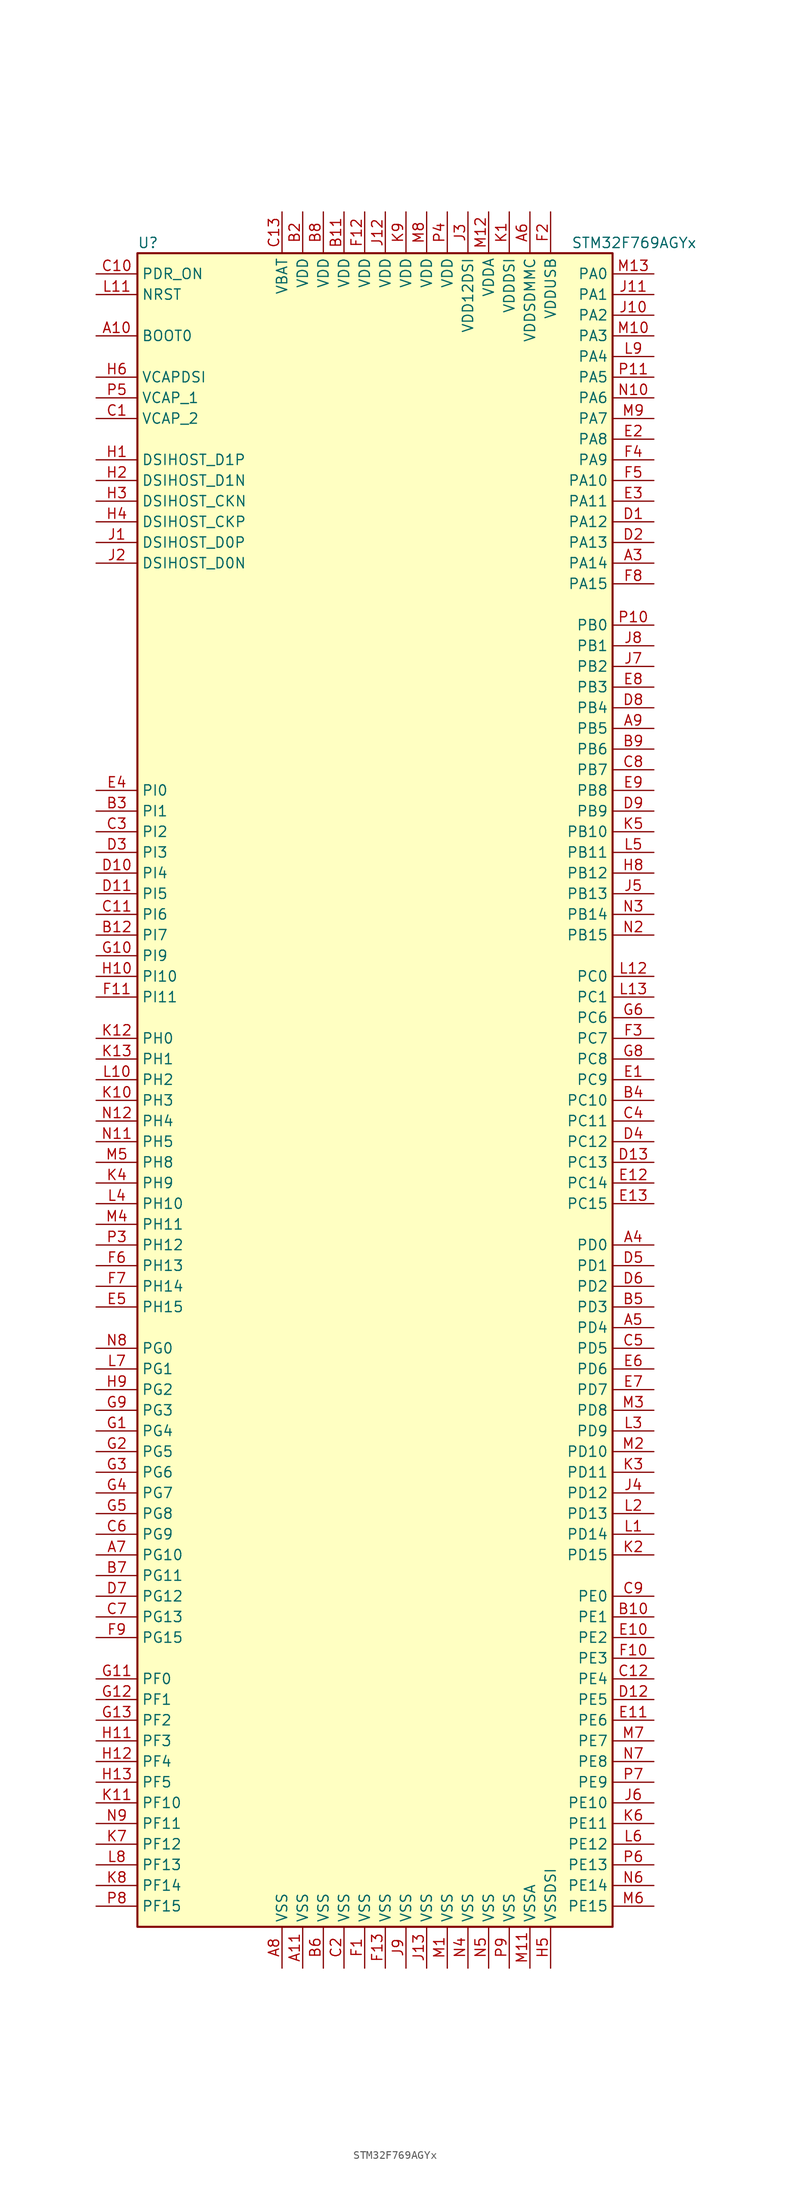
<source format=kicad_sym>
(kicad_symbol_lib
  (version 20201005)
  (generator kicad_symbol_editor)
  (symbol "STM32F769AGYx"
    (property "Reference" "U"
      (at -30.48 102.87 0)
      (effects (font (size 1.27 1.27)) (justify left)))
    (property "Value" "STM32F769AGYx"
      (at 22.86 102.87 0)
      (effects (font (size 1.27 1.27)) (justify left)))
    (symbol "STM32F769AGYx_0_1"
      (rectangle (start -30.48 -104.14) (end 27.94 101.6) (stroke (width 0.254)) (fill (type background))))
    (symbol "STM32F769AGYx_1_1"
      (pin no_connect line (at -30.48 -101.6 0) (length 5.08) hide (name "NC" (effects (font (size 1.27 1.27)))) (number "A1" (effects (font (size 1.27 1.27)))))
      (pin input line (at -35.56 91.44 0) (length 5.08) (name "BOOT0" (effects (font (size 1.27 1.27)))) (number "A10" (effects (font (size 1.27 1.27)))))
      (pin power_in line (at -10.16 -109.22 90) (length 5.08) (name "VSS" (effects (font (size 1.27 1.27)))) (number "A11" (effects (font (size 1.27 1.27)))))
      (pin no_connect line (at -30.48 -96.52 0) (length 5.08) hide (name "NC" (effects (font (size 1.27 1.27)))) (number "A12" (effects (font (size 1.27 1.27)))))
      (pin no_connect line (at -30.48 -93.98 0) (length 5.08) hide (name "NC" (effects (font (size 1.27 1.27)))) (number "A13" (effects (font (size 1.27 1.27)))))
      (pin no_connect line (at -30.48 -99.06 0) (length 5.08) hide (name "NC" (effects (font (size 1.27 1.27)))) (number "A2" (effects (font (size 1.27 1.27)))))
      (pin bidirectional line (at 33.02 63.5 180) (length 5.08) (name "PA14" (effects (font (size 1.27 1.27)))) (number "A3" (effects (font (size 1.27 1.27)))))
      (pin bidirectional line (at 33.02 -20.32 180) (length 5.08) (name "PD0" (effects (font (size 1.27 1.27)))) (number "A4" (effects (font (size 1.27 1.27)))))
      (pin bidirectional line (at 33.02 -30.48 180) (length 5.08) (name "PD4" (effects (font (size 1.27 1.27)))) (number "A5" (effects (font (size 1.27 1.27)))))
      (pin power_in line (at 17.78 106.68 270) (length 5.08) (name "VDDSDMMC" (effects (font (size 1.27 1.27)))) (number "A6" (effects (font (size 1.27 1.27)))))
      (pin bidirectional line (at -35.56 -58.42 0) (length 5.08) (name "PG10" (effects (font (size 1.27 1.27)))) (number "A7" (effects (font (size 1.27 1.27)))))
      (pin power_in line (at -12.7 -109.22 90) (length 5.08) (name "VSS" (effects (font (size 1.27 1.27)))) (number "A8" (effects (font (size 1.27 1.27)))))
      (pin bidirectional line (at 33.02 43.18 180) (length 5.08) (name "PB5" (effects (font (size 1.27 1.27)))) (number "A9" (effects (font (size 1.27 1.27)))))
      (pin no_connect line (at -30.48 -91.44 0) (length 5.08) hide (name "NC" (effects (font (size 1.27 1.27)))) (number "B1" (effects (font (size 1.27 1.27)))))
      (pin bidirectional line (at 33.02 -66.04 180) (length 5.08) (name "PE1" (effects (font (size 1.27 1.27)))) (number "B10" (effects (font (size 1.27 1.27)))))
      (pin power_in line (at -5.08 106.68 270) (length 5.08) (name "VDD" (effects (font (size 1.27 1.27)))) (number "B11" (effects (font (size 1.27 1.27)))))
      (pin bidirectional line (at -35.56 17.78 0) (length 5.08) (name "PI7" (effects (font (size 1.27 1.27)))) (number "B12" (effects (font (size 1.27 1.27)))))
      (pin no_connect line (at -30.48 -88.9 0) (length 5.08) hide (name "NC" (effects (font (size 1.27 1.27)))) (number "B13" (effects (font (size 1.27 1.27)))))
      (pin power_in line (at -10.16 106.68 270) (length 5.08) (name "VDD" (effects (font (size 1.27 1.27)))) (number "B2" (effects (font (size 1.27 1.27)))))
      (pin bidirectional line (at -35.56 33.02 0) (length 5.08) (name "PI1" (effects (font (size 1.27 1.27)))) (number "B3" (effects (font (size 1.27 1.27)))))
      (pin bidirectional line (at 33.02 -2.54 180) (length 5.08) (name "PC10" (effects (font (size 1.27 1.27)))) (number "B4" (effects (font (size 1.27 1.27)))))
      (pin bidirectional line (at 33.02 -27.94 180) (length 5.08) (name "PD3" (effects (font (size 1.27 1.27)))) (number "B5" (effects (font (size 1.27 1.27)))))
      (pin power_in line (at -7.62 -109.22 90) (length 5.08) (name "VSS" (effects (font (size 1.27 1.27)))) (number "B6" (effects (font (size 1.27 1.27)))))
      (pin bidirectional line (at -35.56 -60.96 0) (length 5.08) (name "PG11" (effects (font (size 1.27 1.27)))) (number "B7" (effects (font (size 1.27 1.27)))))
      (pin power_in line (at -7.62 106.68 270) (length 5.08) (name "VDD" (effects (font (size 1.27 1.27)))) (number "B8" (effects (font (size 1.27 1.27)))))
      (pin bidirectional line (at 33.02 40.64 180) (length 5.08) (name "PB6" (effects (font (size 1.27 1.27)))) (number "B9" (effects (font (size 1.27 1.27)))))
      (pin power_in line (at -35.56 81.28 0) (length 5.08) (name "VCAP_2" (effects (font (size 1.27 1.27)))) (number "C1" (effects (font (size 1.27 1.27)))))
      (pin input line (at -35.56 99.06 0) (length 5.08) (name "PDR_ON" (effects (font (size 1.27 1.27)))) (number "C10" (effects (font (size 1.27 1.27)))))
      (pin bidirectional line (at -35.56 20.32 0) (length 5.08) (name "PI6" (effects (font (size 1.27 1.27)))) (number "C11" (effects (font (size 1.27 1.27)))))
      (pin bidirectional line (at 33.02 -73.66 180) (length 5.08) (name "PE4" (effects (font (size 1.27 1.27)))) (number "C12" (effects (font (size 1.27 1.27)))))
      (pin power_in line (at -12.7 106.68 270) (length 5.08) (name "VBAT" (effects (font (size 1.27 1.27)))) (number "C13" (effects (font (size 1.27 1.27)))))
      (pin power_in line (at -5.08 -109.22 90) (length 5.08) (name "VSS" (effects (font (size 1.27 1.27)))) (number "C2" (effects (font (size 1.27 1.27)))))
      (pin bidirectional line (at -35.56 30.48 0) (length 5.08) (name "PI2" (effects (font (size 1.27 1.27)))) (number "C3" (effects (font (size 1.27 1.27)))))
      (pin bidirectional line (at 33.02 -5.08 180) (length 5.08) (name "PC11" (effects (font (size 1.27 1.27)))) (number "C4" (effects (font (size 1.27 1.27)))))
      (pin bidirectional line (at 33.02 -33.02 180) (length 5.08) (name "PD5" (effects (font (size 1.27 1.27)))) (number "C5" (effects (font (size 1.27 1.27)))))
      (pin bidirectional line (at -35.56 -55.88 0) (length 5.08) (name "PG9" (effects (font (size 1.27 1.27)))) (number "C6" (effects (font (size 1.27 1.27)))))
      (pin bidirectional line (at -35.56 -66.04 0) (length 5.08) (name "PG13" (effects (font (size 1.27 1.27)))) (number "C7" (effects (font (size 1.27 1.27)))))
      (pin bidirectional line (at 33.02 38.1 180) (length 5.08) (name "PB7" (effects (font (size 1.27 1.27)))) (number "C8" (effects (font (size 1.27 1.27)))))
      (pin bidirectional line (at 33.02 -63.5 180) (length 5.08) (name "PE0" (effects (font (size 1.27 1.27)))) (number "C9" (effects (font (size 1.27 1.27)))))
      (pin bidirectional line (at 33.02 68.58 180) (length 5.08) (name "PA12" (effects (font (size 1.27 1.27)))) (number "D1" (effects (font (size 1.27 1.27)))))
      (pin bidirectional line (at -35.56 25.4 0) (length 5.08) (name "PI4" (effects (font (size 1.27 1.27)))) (number "D10" (effects (font (size 1.27 1.27)))))
      (pin bidirectional line (at -35.56 22.86 0) (length 5.08) (name "PI5" (effects (font (size 1.27 1.27)))) (number "D11" (effects (font (size 1.27 1.27)))))
      (pin bidirectional line (at 33.02 -76.2 180) (length 5.08) (name "PE5" (effects (font (size 1.27 1.27)))) (number "D12" (effects (font (size 1.27 1.27)))))
      (pin bidirectional line (at 33.02 -10.16 180) (length 5.08) (name "PC13" (effects (font (size 1.27 1.27)))) (number "D13" (effects (font (size 1.27 1.27)))))
      (pin bidirectional line (at 33.02 66.04 180) (length 5.08) (name "PA13" (effects (font (size 1.27 1.27)))) (number "D2" (effects (font (size 1.27 1.27)))))
      (pin bidirectional line (at -35.56 27.94 0) (length 5.08) (name "PI3" (effects (font (size 1.27 1.27)))) (number "D3" (effects (font (size 1.27 1.27)))))
      (pin bidirectional line (at 33.02 -7.62 180) (length 5.08) (name "PC12" (effects (font (size 1.27 1.27)))) (number "D4" (effects (font (size 1.27 1.27)))))
      (pin bidirectional line (at 33.02 -22.86 180) (length 5.08) (name "PD1" (effects (font (size 1.27 1.27)))) (number "D5" (effects (font (size 1.27 1.27)))))
      (pin bidirectional line (at 33.02 -25.4 180) (length 5.08) (name "PD2" (effects (font (size 1.27 1.27)))) (number "D6" (effects (font (size 1.27 1.27)))))
      (pin bidirectional line (at -35.56 -63.5 0) (length 5.08) (name "PG12" (effects (font (size 1.27 1.27)))) (number "D7" (effects (font (size 1.27 1.27)))))
      (pin bidirectional line (at 33.02 45.72 180) (length 5.08) (name "PB4" (effects (font (size 1.27 1.27)))) (number "D8" (effects (font (size 1.27 1.27)))))
      (pin bidirectional line (at 33.02 33.02 180) (length 5.08) (name "PB9" (effects (font (size 1.27 1.27)))) (number "D9" (effects (font (size 1.27 1.27)))))
      (pin bidirectional line (at 33.02 0 180) (length 5.08) (name "PC9" (effects (font (size 1.27 1.27)))) (number "E1" (effects (font (size 1.27 1.27)))))
      (pin bidirectional line (at 33.02 -68.58 180) (length 5.08) (name "PE2" (effects (font (size 1.27 1.27)))) (number "E10" (effects (font (size 1.27 1.27)))))
      (pin bidirectional line (at 33.02 -78.74 180) (length 5.08) (name "PE6" (effects (font (size 1.27 1.27)))) (number "E11" (effects (font (size 1.27 1.27)))))
      (pin bidirectional line (at 33.02 -12.7 180) (length 5.08) (name "PC14" (effects (font (size 1.27 1.27)))) (number "E12" (effects (font (size 1.27 1.27)))))
      (pin bidirectional line (at 33.02 -15.24 180) (length 5.08) (name "PC15" (effects (font (size 1.27 1.27)))) (number "E13" (effects (font (size 1.27 1.27)))))
      (pin bidirectional line (at 33.02 78.74 180) (length 5.08) (name "PA8" (effects (font (size 1.27 1.27)))) (number "E2" (effects (font (size 1.27 1.27)))))
      (pin bidirectional line (at 33.02 71.12 180) (length 5.08) (name "PA11" (effects (font (size 1.27 1.27)))) (number "E3" (effects (font (size 1.27 1.27)))))
      (pin bidirectional line (at -35.56 35.56 0) (length 5.08) (name "PI0" (effects (font (size 1.27 1.27)))) (number "E4" (effects (font (size 1.27 1.27)))))
      (pin bidirectional line (at -35.56 -27.94 0) (length 5.08) (name "PH15" (effects (font (size 1.27 1.27)))) (number "E5" (effects (font (size 1.27 1.27)))))
      (pin bidirectional line (at 33.02 -35.56 180) (length 5.08) (name "PD6" (effects (font (size 1.27 1.27)))) (number "E6" (effects (font (size 1.27 1.27)))))
      (pin bidirectional line (at 33.02 -38.1 180) (length 5.08) (name "PD7" (effects (font (size 1.27 1.27)))) (number "E7" (effects (font (size 1.27 1.27)))))
      (pin bidirectional line (at 33.02 48.26 180) (length 5.08) (name "PB3" (effects (font (size 1.27 1.27)))) (number "E8" (effects (font (size 1.27 1.27)))))
      (pin bidirectional line (at 33.02 35.56 180) (length 5.08) (name "PB8" (effects (font (size 1.27 1.27)))) (number "E9" (effects (font (size 1.27 1.27)))))
      (pin power_in line (at -2.54 -109.22 90) (length 5.08) (name "VSS" (effects (font (size 1.27 1.27)))) (number "F1" (effects (font (size 1.27 1.27)))))
      (pin bidirectional line (at 33.02 -71.12 180) (length 5.08) (name "PE3" (effects (font (size 1.27 1.27)))) (number "F10" (effects (font (size 1.27 1.27)))))
      (pin bidirectional line (at -35.56 10.16 0) (length 5.08) (name "PI11" (effects (font (size 1.27 1.27)))) (number "F11" (effects (font (size 1.27 1.27)))))
      (pin power_in line (at -2.54 106.68 270) (length 5.08) (name "VDD" (effects (font (size 1.27 1.27)))) (number "F12" (effects (font (size 1.27 1.27)))))
      (pin power_in line (at 0 -109.22 90) (length 5.08) (name "VSS" (effects (font (size 1.27 1.27)))) (number "F13" (effects (font (size 1.27 1.27)))))
      (pin power_in line (at 20.32 106.68 270) (length 5.08) (name "VDDUSB" (effects (font (size 1.27 1.27)))) (number "F2" (effects (font (size 1.27 1.27)))))
      (pin bidirectional line (at 33.02 5.08 180) (length 5.08) (name "PC7" (effects (font (size 1.27 1.27)))) (number "F3" (effects (font (size 1.27 1.27)))))
      (pin bidirectional line (at 33.02 76.2 180) (length 5.08) (name "PA9" (effects (font (size 1.27 1.27)))) (number "F4" (effects (font (size 1.27 1.27)))))
      (pin bidirectional line (at 33.02 73.66 180) (length 5.08) (name "PA10" (effects (font (size 1.27 1.27)))) (number "F5" (effects (font (size 1.27 1.27)))))
      (pin bidirectional line (at -35.56 -22.86 0) (length 5.08) (name "PH13" (effects (font (size 1.27 1.27)))) (number "F6" (effects (font (size 1.27 1.27)))))
      (pin bidirectional line (at -35.56 -25.4 0) (length 5.08) (name "PH14" (effects (font (size 1.27 1.27)))) (number "F7" (effects (font (size 1.27 1.27)))))
      (pin bidirectional line (at 33.02 60.96 180) (length 5.08) (name "PA15" (effects (font (size 1.27 1.27)))) (number "F8" (effects (font (size 1.27 1.27)))))
      (pin bidirectional line (at -35.56 -68.58 0) (length 5.08) (name "PG15" (effects (font (size 1.27 1.27)))) (number "F9" (effects (font (size 1.27 1.27)))))
      (pin bidirectional line (at -35.56 -43.18 0) (length 5.08) (name "PG4" (effects (font (size 1.27 1.27)))) (number "G1" (effects (font (size 1.27 1.27)))))
      (pin bidirectional line (at -35.56 15.24 0) (length 5.08) (name "PI9" (effects (font (size 1.27 1.27)))) (number "G10" (effects (font (size 1.27 1.27)))))
      (pin bidirectional line (at -35.56 -73.66 0) (length 5.08) (name "PF0" (effects (font (size 1.27 1.27)))) (number "G11" (effects (font (size 1.27 1.27)))))
      (pin bidirectional line (at -35.56 -76.2 0) (length 5.08) (name "PF1" (effects (font (size 1.27 1.27)))) (number "G12" (effects (font (size 1.27 1.27)))))
      (pin bidirectional line (at -35.56 -78.74 0) (length 5.08) (name "PF2" (effects (font (size 1.27 1.27)))) (number "G13" (effects (font (size 1.27 1.27)))))
      (pin bidirectional line (at -35.56 -45.72 0) (length 5.08) (name "PG5" (effects (font (size 1.27 1.27)))) (number "G2" (effects (font (size 1.27 1.27)))))
      (pin bidirectional line (at -35.56 -48.26 0) (length 5.08) (name "PG6" (effects (font (size 1.27 1.27)))) (number "G3" (effects (font (size 1.27 1.27)))))
      (pin bidirectional line (at -35.56 -50.8 0) (length 5.08) (name "PG7" (effects (font (size 1.27 1.27)))) (number "G4" (effects (font (size 1.27 1.27)))))
      (pin bidirectional line (at -35.56 -53.34 0) (length 5.08) (name "PG8" (effects (font (size 1.27 1.27)))) (number "G5" (effects (font (size 1.27 1.27)))))
      (pin bidirectional line (at 33.02 7.62 180) (length 5.08) (name "PC6" (effects (font (size 1.27 1.27)))) (number "G6" (effects (font (size 1.27 1.27)))))
      (pin bidirectional line (at 33.02 2.54 180) (length 5.08) (name "PC8" (effects (font (size 1.27 1.27)))) (number "G8" (effects (font (size 1.27 1.27)))))
      (pin bidirectional line (at -35.56 -40.64 0) (length 5.08) (name "PG3" (effects (font (size 1.27 1.27)))) (number "G9" (effects (font (size 1.27 1.27)))))
      (pin bidirectional line (at -35.56 76.2 0) (length 5.08) (name "DSIHOST_D1P" (effects (font (size 1.27 1.27)))) (number "H1" (effects (font (size 1.27 1.27)))))
      (pin bidirectional line (at -35.56 12.7 0) (length 5.08) (name "PI10" (effects (font (size 1.27 1.27)))) (number "H10" (effects (font (size 1.27 1.27)))))
      (pin bidirectional line (at -35.56 -81.28 0) (length 5.08) (name "PF3" (effects (font (size 1.27 1.27)))) (number "H11" (effects (font (size 1.27 1.27)))))
      (pin bidirectional line (at -35.56 -83.82 0) (length 5.08) (name "PF4" (effects (font (size 1.27 1.27)))) (number "H12" (effects (font (size 1.27 1.27)))))
      (pin bidirectional line (at -35.56 -86.36 0) (length 5.08) (name "PF5" (effects (font (size 1.27 1.27)))) (number "H13" (effects (font (size 1.27 1.27)))))
      (pin bidirectional line (at -35.56 73.66 0) (length 5.08) (name "DSIHOST_D1N" (effects (font (size 1.27 1.27)))) (number "H2" (effects (font (size 1.27 1.27)))))
      (pin bidirectional line (at -35.56 71.12 0) (length 5.08) (name "DSIHOST_CKN" (effects (font (size 1.27 1.27)))) (number "H3" (effects (font (size 1.27 1.27)))))
      (pin bidirectional line (at -35.56 68.58 0) (length 5.08) (name "DSIHOST_CKP" (effects (font (size 1.27 1.27)))) (number "H4" (effects (font (size 1.27 1.27)))))
      (pin power_in line (at 20.32 -109.22 90) (length 5.08) (name "VSSDSI" (effects (font (size 1.27 1.27)))) (number "H5" (effects (font (size 1.27 1.27)))))
      (pin power_in line (at -35.56 86.36 0) (length 5.08) (name "VCAPDSI" (effects (font (size 1.27 1.27)))) (number "H6" (effects (font (size 1.27 1.27)))))
      (pin bidirectional line (at 33.02 25.4 180) (length 5.08) (name "PB12" (effects (font (size 1.27 1.27)))) (number "H8" (effects (font (size 1.27 1.27)))))
      (pin bidirectional line (at -35.56 -38.1 0) (length 5.08) (name "PG2" (effects (font (size 1.27 1.27)))) (number "H9" (effects (font (size 1.27 1.27)))))
      (pin bidirectional line (at -35.56 66.04 0) (length 5.08) (name "DSIHOST_D0P" (effects (font (size 1.27 1.27)))) (number "J1" (effects (font (size 1.27 1.27)))))
      (pin bidirectional line (at 33.02 93.98 180) (length 5.08) (name "PA2" (effects (font (size 1.27 1.27)))) (number "J10" (effects (font (size 1.27 1.27)))))
      (pin bidirectional line (at 33.02 96.52 180) (length 5.08) (name "PA1" (effects (font (size 1.27 1.27)))) (number "J11" (effects (font (size 1.27 1.27)))))
      (pin power_in line (at 0 106.68 270) (length 5.08) (name "VDD" (effects (font (size 1.27 1.27)))) (number "J12" (effects (font (size 1.27 1.27)))))
      (pin power_in line (at 5.08 -109.22 90) (length 5.08) (name "VSS" (effects (font (size 1.27 1.27)))) (number "J13" (effects (font (size 1.27 1.27)))))
      (pin bidirectional line (at -35.56 63.5 0) (length 5.08) (name "DSIHOST_D0N" (effects (font (size 1.27 1.27)))) (number "J2" (effects (font (size 1.27 1.27)))))
      (pin power_in line (at 10.16 106.68 270) (length 5.08) (name "VDD12DSI" (effects (font (size 1.27 1.27)))) (number "J3" (effects (font (size 1.27 1.27)))))
      (pin bidirectional line (at 33.02 -50.8 180) (length 5.08) (name "PD12" (effects (font (size 1.27 1.27)))) (number "J4" (effects (font (size 1.27 1.27)))))
      (pin bidirectional line (at 33.02 22.86 180) (length 5.08) (name "PB13" (effects (font (size 1.27 1.27)))) (number "J5" (effects (font (size 1.27 1.27)))))
      (pin bidirectional line (at 33.02 -88.9 180) (length 5.08) (name "PE10" (effects (font (size 1.27 1.27)))) (number "J6" (effects (font (size 1.27 1.27)))))
      (pin bidirectional line (at 33.02 50.8 180) (length 5.08) (name "PB2" (effects (font (size 1.27 1.27)))) (number "J7" (effects (font (size 1.27 1.27)))))
      (pin bidirectional line (at 33.02 53.34 180) (length 5.08) (name "PB1" (effects (font (size 1.27 1.27)))) (number "J8" (effects (font (size 1.27 1.27)))))
      (pin power_in line (at 2.54 -109.22 90) (length 5.08) (name "VSS" (effects (font (size 1.27 1.27)))) (number "J9" (effects (font (size 1.27 1.27)))))
      (pin power_in line (at 15.24 106.68 270) (length 5.08) (name "VDDDSI" (effects (font (size 1.27 1.27)))) (number "K1" (effects (font (size 1.27 1.27)))))
      (pin bidirectional line (at -35.56 -2.54 0) (length 5.08) (name "PH3" (effects (font (size 1.27 1.27)))) (number "K10" (effects (font (size 1.27 1.27)))))
      (pin bidirectional line (at -35.56 -88.9 0) (length 5.08) (name "PF10" (effects (font (size 1.27 1.27)))) (number "K11" (effects (font (size 1.27 1.27)))))
      (pin input line (at -35.56 5.08 0) (length 5.08) (name "PH0" (effects (font (size 1.27 1.27)))) (number "K12" (effects (font (size 1.27 1.27)))))
      (pin input line (at -35.56 2.54 0) (length 5.08) (name "PH1" (effects (font (size 1.27 1.27)))) (number "K13" (effects (font (size 1.27 1.27)))))
      (pin bidirectional line (at 33.02 -58.42 180) (length 5.08) (name "PD15" (effects (font (size 1.27 1.27)))) (number "K2" (effects (font (size 1.27 1.27)))))
      (pin bidirectional line (at 33.02 -48.26 180) (length 5.08) (name "PD11" (effects (font (size 1.27 1.27)))) (number "K3" (effects (font (size 1.27 1.27)))))
      (pin bidirectional line (at -35.56 -12.7 0) (length 5.08) (name "PH9" (effects (font (size 1.27 1.27)))) (number "K4" (effects (font (size 1.27 1.27)))))
      (pin bidirectional line (at 33.02 30.48 180) (length 5.08) (name "PB10" (effects (font (size 1.27 1.27)))) (number "K5" (effects (font (size 1.27 1.27)))))
      (pin bidirectional line (at 33.02 -91.44 180) (length 5.08) (name "PE11" (effects (font (size 1.27 1.27)))) (number "K6" (effects (font (size 1.27 1.27)))))
      (pin bidirectional line (at -35.56 -93.98 0) (length 5.08) (name "PF12" (effects (font (size 1.27 1.27)))) (number "K7" (effects (font (size 1.27 1.27)))))
      (pin bidirectional line (at -35.56 -99.06 0) (length 5.08) (name "PF14" (effects (font (size 1.27 1.27)))) (number "K8" (effects (font (size 1.27 1.27)))))
      (pin power_in line (at 2.54 106.68 270) (length 5.08) (name "VDD" (effects (font (size 1.27 1.27)))) (number "K9" (effects (font (size 1.27 1.27)))))
      (pin bidirectional line (at 33.02 -55.88 180) (length 5.08) (name "PD14" (effects (font (size 1.27 1.27)))) (number "L1" (effects (font (size 1.27 1.27)))))
      (pin bidirectional line (at -35.56 0 0) (length 5.08) (name "PH2" (effects (font (size 1.27 1.27)))) (number "L10" (effects (font (size 1.27 1.27)))))
      (pin input line (at -35.56 96.52 0) (length 5.08) (name "NRST" (effects (font (size 1.27 1.27)))) (number "L11" (effects (font (size 1.27 1.27)))))
      (pin bidirectional line (at 33.02 12.7 180) (length 5.08) (name "PC0" (effects (font (size 1.27 1.27)))) (number "L12" (effects (font (size 1.27 1.27)))))
      (pin bidirectional line (at 33.02 10.16 180) (length 5.08) (name "PC1" (effects (font (size 1.27 1.27)))) (number "L13" (effects (font (size 1.27 1.27)))))
      (pin bidirectional line (at 33.02 -53.34 180) (length 5.08) (name "PD13" (effects (font (size 1.27 1.27)))) (number "L2" (effects (font (size 1.27 1.27)))))
      (pin bidirectional line (at 33.02 -43.18 180) (length 5.08) (name "PD9" (effects (font (size 1.27 1.27)))) (number "L3" (effects (font (size 1.27 1.27)))))
      (pin bidirectional line (at -35.56 -15.24 0) (length 5.08) (name "PH10" (effects (font (size 1.27 1.27)))) (number "L4" (effects (font (size 1.27 1.27)))))
      (pin bidirectional line (at 33.02 27.94 180) (length 5.08) (name "PB11" (effects (font (size 1.27 1.27)))) (number "L5" (effects (font (size 1.27 1.27)))))
      (pin bidirectional line (at 33.02 -93.98 180) (length 5.08) (name "PE12" (effects (font (size 1.27 1.27)))) (number "L6" (effects (font (size 1.27 1.27)))))
      (pin bidirectional line (at -35.56 -35.56 0) (length 5.08) (name "PG1" (effects (font (size 1.27 1.27)))) (number "L7" (effects (font (size 1.27 1.27)))))
      (pin bidirectional line (at -35.56 -96.52 0) (length 5.08) (name "PF13" (effects (font (size 1.27 1.27)))) (number "L8" (effects (font (size 1.27 1.27)))))
      (pin bidirectional line (at 33.02 88.9 180) (length 5.08) (name "PA4" (effects (font (size 1.27 1.27)))) (number "L9" (effects (font (size 1.27 1.27)))))
      (pin power_in line (at 7.62 -109.22 90) (length 5.08) (name "VSS" (effects (font (size 1.27 1.27)))) (number "M1" (effects (font (size 1.27 1.27)))))
      (pin bidirectional line (at 33.02 91.44 180) (length 5.08) (name "PA3" (effects (font (size 1.27 1.27)))) (number "M10" (effects (font (size 1.27 1.27)))))
      (pin power_in line (at 17.78 -109.22 90) (length 5.08) (name "VSSA" (effects (font (size 1.27 1.27)))) (number "M11" (effects (font (size 1.27 1.27)))))
      (pin power_in line (at 12.7 106.68 270) (length 5.08) (name "VDDA" (effects (font (size 1.27 1.27)))) (number "M12" (effects (font (size 1.27 1.27)))))
      (pin bidirectional line (at 33.02 99.06 180) (length 5.08) (name "PA0" (effects (font (size 1.27 1.27)))) (number "M13" (effects (font (size 1.27 1.27)))))
      (pin bidirectional line (at 33.02 -45.72 180) (length 5.08) (name "PD10" (effects (font (size 1.27 1.27)))) (number "M2" (effects (font (size 1.27 1.27)))))
      (pin bidirectional line (at 33.02 -40.64 180) (length 5.08) (name "PD8" (effects (font (size 1.27 1.27)))) (number "M3" (effects (font (size 1.27 1.27)))))
      (pin bidirectional line (at -35.56 -17.78 0) (length 5.08) (name "PH11" (effects (font (size 1.27 1.27)))) (number "M4" (effects (font (size 1.27 1.27)))))
      (pin bidirectional line (at -35.56 -10.16 0) (length 5.08) (name "PH8" (effects (font (size 1.27 1.27)))) (number "M5" (effects (font (size 1.27 1.27)))))
      (pin bidirectional line (at 33.02 -101.6 180) (length 5.08) (name "PE15" (effects (font (size 1.27 1.27)))) (number "M6" (effects (font (size 1.27 1.27)))))
      (pin bidirectional line (at 33.02 -81.28 180) (length 5.08) (name "PE7" (effects (font (size 1.27 1.27)))) (number "M7" (effects (font (size 1.27 1.27)))))
      (pin power_in line (at 5.08 106.68 270) (length 5.08) (name "VDD" (effects (font (size 1.27 1.27)))) (number "M8" (effects (font (size 1.27 1.27)))))
      (pin bidirectional line (at 33.02 81.28 180) (length 5.08) (name "PA7" (effects (font (size 1.27 1.27)))) (number "M9" (effects (font (size 1.27 1.27)))))
      (pin no_connect line (at -30.48 -86.36 0) (length 5.08) hide (name "NC" (effects (font (size 1.27 1.27)))) (number "N1" (effects (font (size 1.27 1.27)))))
      (pin bidirectional line (at 33.02 83.82 180) (length 5.08) (name "PA6" (effects (font (size 1.27 1.27)))) (number "N10" (effects (font (size 1.27 1.27)))))
      (pin bidirectional line (at -35.56 -7.62 0) (length 5.08) (name "PH5" (effects (font (size 1.27 1.27)))) (number "N11" (effects (font (size 1.27 1.27)))))
      (pin bidirectional line (at -35.56 -5.08 0) (length 5.08) (name "PH4" (effects (font (size 1.27 1.27)))) (number "N12" (effects (font (size 1.27 1.27)))))
      (pin no_connect line (at -30.48 -83.82 0) (length 5.08) hide (name "NC" (effects (font (size 1.27 1.27)))) (number "N13" (effects (font (size 1.27 1.27)))))
      (pin bidirectional line (at 33.02 17.78 180) (length 5.08) (name "PB15" (effects (font (size 1.27 1.27)))) (number "N2" (effects (font (size 1.27 1.27)))))
      (pin bidirectional line (at 33.02 20.32 180) (length 5.08) (name "PB14" (effects (font (size 1.27 1.27)))) (number "N3" (effects (font (size 1.27 1.27)))))
      (pin power_in line (at 10.16 -109.22 90) (length 5.08) (name "VSS" (effects (font (size 1.27 1.27)))) (number "N4" (effects (font (size 1.27 1.27)))))
      (pin power_in line (at 12.7 -109.22 90) (length 5.08) (name "VSS" (effects (font (size 1.27 1.27)))) (number "N5" (effects (font (size 1.27 1.27)))))
      (pin bidirectional line (at 33.02 -99.06 180) (length 5.08) (name "PE14" (effects (font (size 1.27 1.27)))) (number "N6" (effects (font (size 1.27 1.27)))))
      (pin bidirectional line (at 33.02 -83.82 180) (length 5.08) (name "PE8" (effects (font (size 1.27 1.27)))) (number "N7" (effects (font (size 1.27 1.27)))))
      (pin bidirectional line (at -35.56 -33.02 0) (length 5.08) (name "PG0" (effects (font (size 1.27 1.27)))) (number "N8" (effects (font (size 1.27 1.27)))))
      (pin bidirectional line (at -35.56 -91.44 0) (length 5.08) (name "PF11" (effects (font (size 1.27 1.27)))) (number "N9" (effects (font (size 1.27 1.27)))))
      (pin no_connect line (at -30.48 -81.28 0) (length 5.08) hide (name "NC" (effects (font (size 1.27 1.27)))) (number "P1" (effects (font (size 1.27 1.27)))))
      (pin bidirectional line (at 33.02 55.88 180) (length 5.08) (name "PB0" (effects (font (size 1.27 1.27)))) (number "P10" (effects (font (size 1.27 1.27)))))
      (pin bidirectional line (at 33.02 86.36 180) (length 5.08) (name "PA5" (effects (font (size 1.27 1.27)))) (number "P11" (effects (font (size 1.27 1.27)))))
      (pin no_connect line (at -30.48 -76.2 0) (length 5.08) hide (name "NC" (effects (font (size 1.27 1.27)))) (number "P12" (effects (font (size 1.27 1.27)))))
      (pin no_connect line (at -30.48 -73.66 0) (length 5.08) hide (name "NC" (effects (font (size 1.27 1.27)))) (number "P13" (effects (font (size 1.27 1.27)))))
      (pin no_connect line (at -30.48 -78.74 0) (length 5.08) hide (name "NC" (effects (font (size 1.27 1.27)))) (number "P2" (effects (font (size 1.27 1.27)))))
      (pin bidirectional line (at -35.56 -20.32 0) (length 5.08) (name "PH12" (effects (font (size 1.27 1.27)))) (number "P3" (effects (font (size 1.27 1.27)))))
      (pin power_in line (at 7.62 106.68 270) (length 5.08) (name "VDD" (effects (font (size 1.27 1.27)))) (number "P4" (effects (font (size 1.27 1.27)))))
      (pin power_in line (at -35.56 83.82 0) (length 5.08) (name "VCAP_1" (effects (font (size 1.27 1.27)))) (number "P5" (effects (font (size 1.27 1.27)))))
      (pin bidirectional line (at 33.02 -96.52 180) (length 5.08) (name "PE13" (effects (font (size 1.27 1.27)))) (number "P6" (effects (font (size 1.27 1.27)))))
      (pin bidirectional line (at 33.02 -86.36 180) (length 5.08) (name "PE9" (effects (font (size 1.27 1.27)))) (number "P7" (effects (font (size 1.27 1.27)))))
      (pin bidirectional line (at -35.56 -101.6 0) (length 5.08) (name "PF15" (effects (font (size 1.27 1.27)))) (number "P8" (effects (font (size 1.27 1.27)))))
      (pin power_in line (at 15.24 -109.22 90) (length 5.08) (name "VSS" (effects (font (size 1.27 1.27)))) (number "P9" (effects (font (size 1.27 1.27))))))))
</source>
